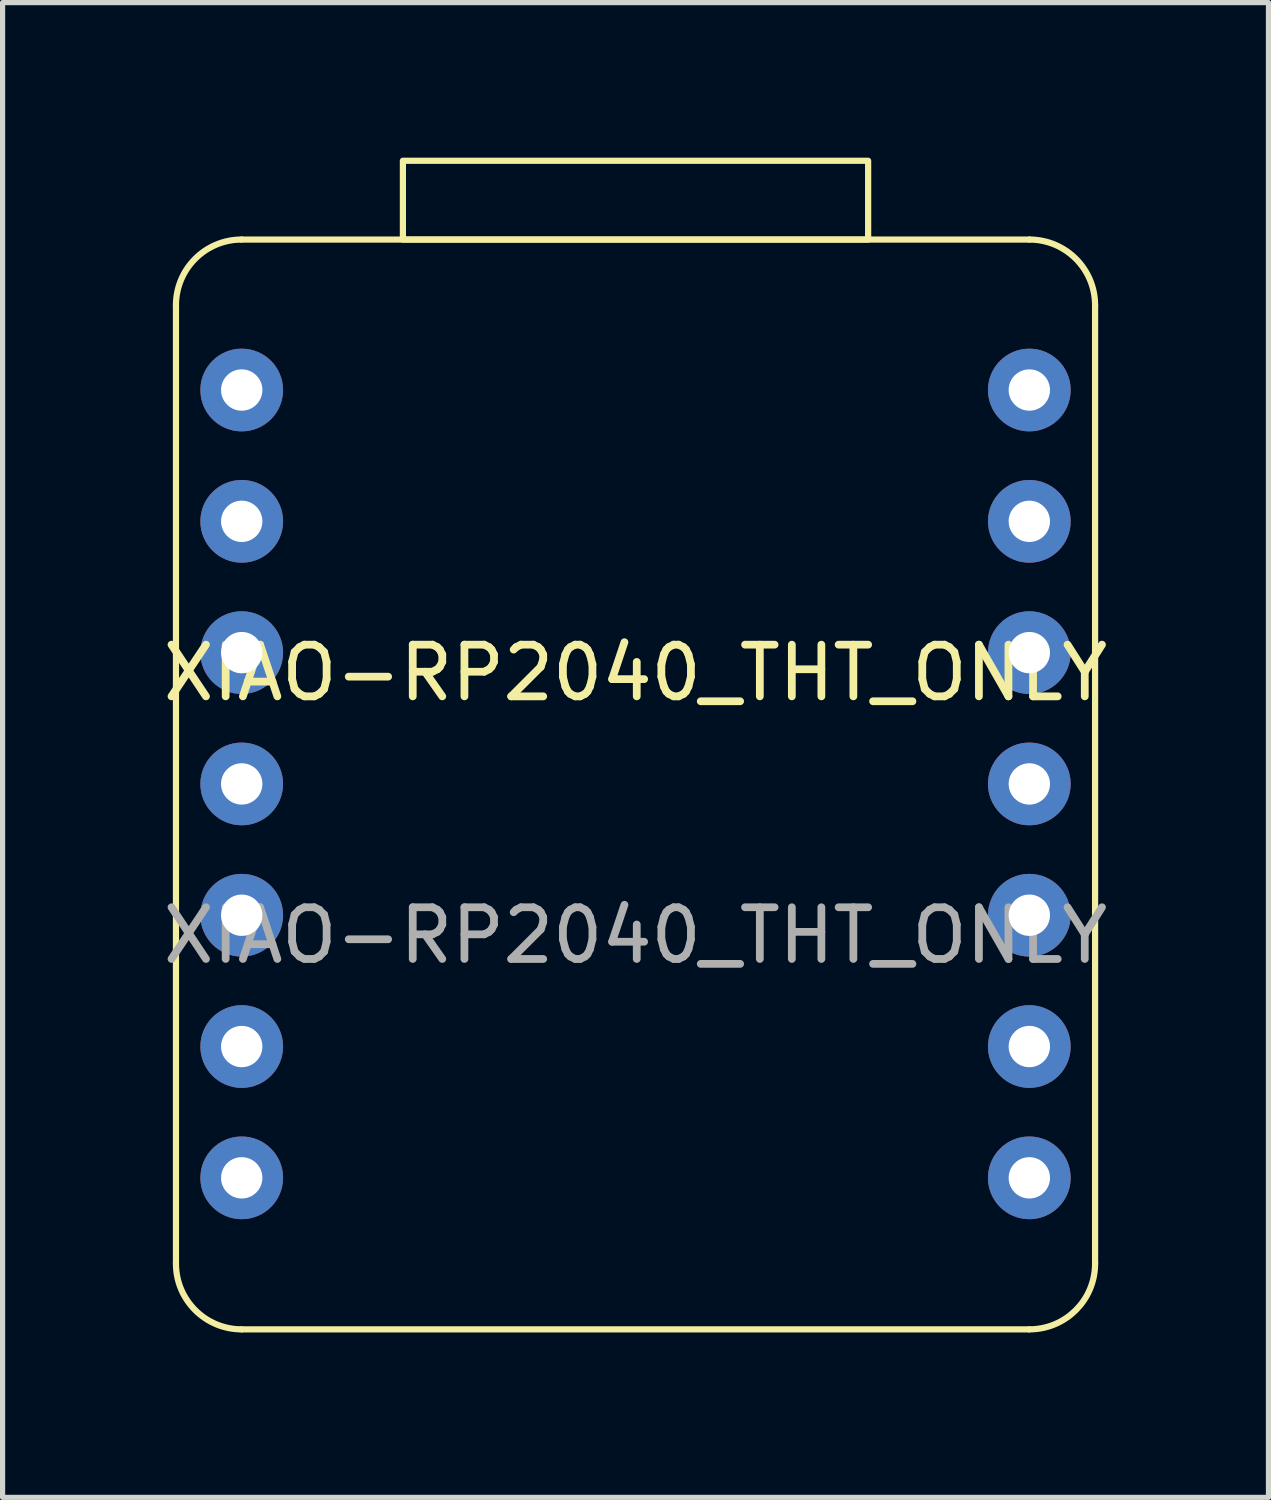
<source format=kicad_pcb>
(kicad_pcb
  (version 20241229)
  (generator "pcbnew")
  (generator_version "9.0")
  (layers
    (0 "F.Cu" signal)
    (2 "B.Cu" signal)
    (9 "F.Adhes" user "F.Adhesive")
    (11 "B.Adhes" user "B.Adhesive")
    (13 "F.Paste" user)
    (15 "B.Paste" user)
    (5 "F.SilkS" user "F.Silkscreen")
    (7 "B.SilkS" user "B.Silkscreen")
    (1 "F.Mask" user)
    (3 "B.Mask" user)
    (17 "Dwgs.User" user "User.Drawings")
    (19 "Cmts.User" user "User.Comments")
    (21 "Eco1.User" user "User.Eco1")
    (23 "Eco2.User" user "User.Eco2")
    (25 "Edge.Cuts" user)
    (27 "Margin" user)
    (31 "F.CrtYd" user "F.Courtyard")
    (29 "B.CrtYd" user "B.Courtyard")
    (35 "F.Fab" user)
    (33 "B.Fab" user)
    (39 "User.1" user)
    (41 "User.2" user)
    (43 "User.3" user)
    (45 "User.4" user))
  (footprint "XIAO-RP2040_THT_ONLY"
    (layer "F.Cu")
    (at 0.354 22.666)
    (property "Reference" "XIAO-RP2040_THT_ONLY" (at 8.89 -12.7 0) (unlocked yes) (layer "F.SilkS") (effects (font (size 1 1) (thickness 0.15))))
    (attr through_hole)
    (fp_line (start 0 -1.27) (end 0 -19.812) (stroke (width 0.12) (type solid)) (layer "F.SilkS"))
    (fp_line (start 1.27 -21.082) (end 16.51 -21.082) (stroke (width 0.12) (type solid)) (layer "F.SilkS"))
    (fp_line (start 16.51 0) (end 1.27 0) (stroke (width 0.12) (type solid)) (layer "F.SilkS"))
    (fp_line (start 17.78 -19.812) (end 17.78 -1.27) (stroke (width 0.12) (type solid)) (layer "F.SilkS"))
    (fp_rect (start 4.39 -21.082) (end 13.39 -22.606) (stroke (width 0.12) (type solid)) (fill no) (layer "F.SilkS"))
    (fp_arc (start 0 -19.812) (mid 0.371974 -20.710026) (end 1.27 -21.082) (stroke (width 0.12) (type solid)) (layer "F.SilkS"))
    (fp_arc (start 1.27 0) (mid 0.371974 -0.371974) (end 0 -1.27) (stroke (width 0.12) (type solid)) (layer "F.SilkS"))
    (fp_arc (start 16.51 -21.082) (mid 17.408026 -20.710026) (end 17.78 -19.812) (stroke (width 0.12) (type solid)) (layer "F.SilkS"))
    (fp_arc (start 17.78 -1.27) (mid 17.408026 -0.371974) (end 16.51 0) (stroke (width 0.12) (type solid)) (layer "F.SilkS"))
    (fp_text user "${REFERENCE}" (at 8.89 -7.62 0) (unlocked yes) (layer "F.Fab") (effects (font (size 1 1) (thickness 0.15))))
    (pad "1" thru_hole circle (at 1.272 -18.171) (size 1.6 1.6) (drill 0.8) (layers "*.Cu" "*.Mask"))
    (pad "2" thru_hole circle (at 1.272 -15.631) (size 1.6 1.6) (drill 0.8) (layers "*.Cu" "*.Mask"))
    (pad "3" thru_hole circle (at 1.272 -13.091) (size 1.6 1.6) (drill 0.8) (layers "*.Cu" "*.Mask"))
    (pad "4" thru_hole circle (at 1.272 -10.551) (size 1.6 1.6) (drill 0.8) (layers "*.Cu" "*.Mask"))
    (pad "5" thru_hole circle (at 1.272 -8.011) (size 1.6 1.6) (drill 0.8) (layers "*.Cu" "*.Mask"))
    (pad "6" thru_hole circle (at 1.272 -5.471) (size 1.6 1.6) (drill 0.8) (layers "*.Cu" "*.Mask"))
    (pad "7" thru_hole circle (at 1.272 -2.931) (size 1.6 1.6) (drill 0.8) (layers "*.Cu" "*.Mask"))
    (pad "8" thru_hole circle (at 16.508 -2.931) (size 1.6 1.6) (drill 0.8) (layers "*.Cu" "*.Mask"))
    (pad "9" thru_hole circle (at 16.508 -5.471) (size 1.6 1.6) (drill 0.8) (layers "*.Cu" "*.Mask"))
    (pad "10" thru_hole circle (at 16.508 -8.011) (size 1.6 1.6) (drill 0.8) (layers "*.Cu" "*.Mask"))
    (pad "11" thru_hole circle (at 16.508 -10.551) (size 1.6 1.6) (drill 0.8) (layers "*.Cu" "*.Mask"))
    (pad "12" thru_hole circle (at 16.508 -13.091) (size 1.6 1.6) (drill 0.8) (layers "*.Cu" "*.Mask"))
    (pad "13" thru_hole circle (at 16.508 -15.631) (size 1.6 1.6) (drill 0.8) (layers "*.Cu" "*.Mask"))
    (pad "14" thru_hole circle (at 16.508 -18.171) (size 1.6 1.6) (drill 0.8) (layers "*.Cu" "*.Mask")))
  (gr_rect
    (start -3 -3)
    (end 21.488 25.916)
    (stroke (width 0.1) (type default))
    (fill no)
    (layer "Edge.Cuts")))
</source>
